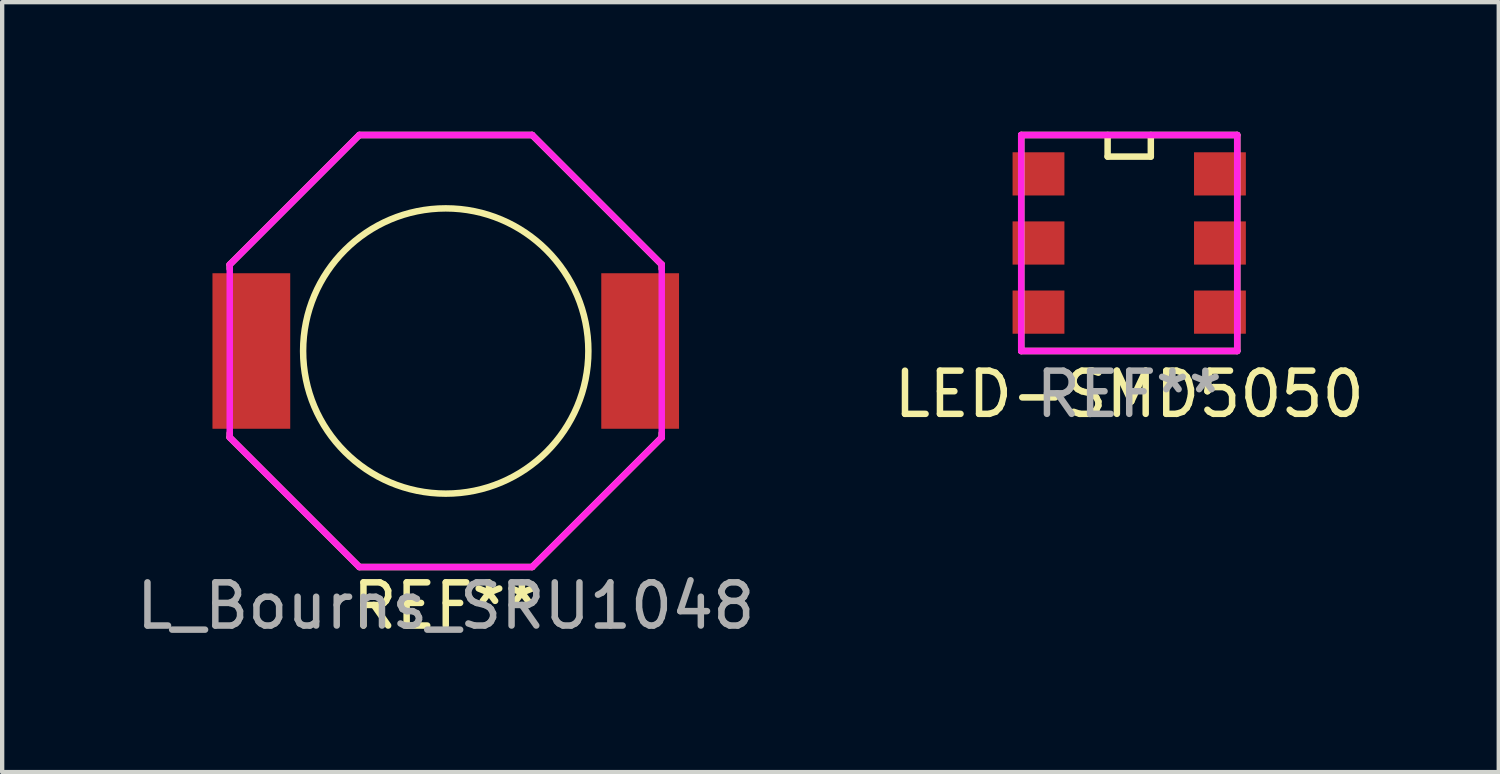
<source format=kicad_pcb>
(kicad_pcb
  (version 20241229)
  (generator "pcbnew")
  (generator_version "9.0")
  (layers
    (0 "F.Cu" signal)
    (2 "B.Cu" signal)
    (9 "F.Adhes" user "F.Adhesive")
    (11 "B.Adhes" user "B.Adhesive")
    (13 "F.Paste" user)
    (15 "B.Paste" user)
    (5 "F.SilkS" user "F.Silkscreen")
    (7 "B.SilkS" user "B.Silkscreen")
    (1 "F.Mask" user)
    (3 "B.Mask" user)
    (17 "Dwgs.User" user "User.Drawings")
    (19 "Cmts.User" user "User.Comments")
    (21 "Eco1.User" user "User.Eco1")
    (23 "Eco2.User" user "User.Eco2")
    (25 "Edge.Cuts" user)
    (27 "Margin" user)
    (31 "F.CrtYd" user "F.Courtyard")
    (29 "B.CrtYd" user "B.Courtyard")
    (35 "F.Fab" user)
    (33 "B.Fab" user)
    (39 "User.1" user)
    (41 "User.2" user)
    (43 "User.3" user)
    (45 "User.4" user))
  (footprint "LED-SMD5050"
    (layer "F.Cu")
    (at 23.089 2.575)
    (property "Reference" "LED-SMD5050" (at 0 3.5 0) (layer "F.SilkS") (effects (font (size 1 1) (thickness 0.15))))
    (attr smd)
    (fp_line (start -2.5 -2.5) (end 2.5 -2.5) (stroke (width 0.15) (type solid)) (layer "F.SilkS"))
    (fp_line (start -2.5 2.5) (end -2.5 -2.5) (stroke (width 0.15) (type solid)) (layer "F.SilkS"))
    (fp_line (start -0.5 -2.5) (end -0.5 -2) (stroke (width 0.15) (type solid)) (layer "F.SilkS"))
    (fp_line (start -0.5 -2) (end 0.5 -2) (stroke (width 0.15) (type solid)) (layer "F.SilkS"))
    (fp_line (start 0.5 -2) (end 0.5 -2.5) (stroke (width 0.15) (type solid)) (layer "F.SilkS"))
    (fp_line (start 2.5 -2.5) (end 2.5 2.5) (stroke (width 0.15) (type solid)) (layer "F.SilkS"))
    (fp_line (start 2.5 2.5) (end -2.5 2.5) (stroke (width 0.15) (type solid)) (layer "F.SilkS"))
    (fp_line (start -2.5 -2.5) (end 2.5 -2.5) (stroke (width 0.15) (type solid)) (layer "F.CrtYd"))
    (fp_line (start -2.5 2.5) (end -2.5 -2.5) (stroke (width 0.15) (type solid)) (layer "F.CrtYd"))
    (fp_line (start 2.5 -2.5) (end 2.5 2.5) (stroke (width 0.15) (type solid)) (layer "F.CrtYd"))
    (fp_line (start 2.5 2.5) (end -2.5 2.5) (stroke (width 0.15) (type solid)) (layer "F.CrtYd"))
    (fp_text user "REF**" (at 0 3.5 0) (layer "F.Fab") (effects (font (size 1 1) (thickness 0.15))))
    (pad "1" smd rect (at -2.1 -1.6) (size 1.2 1) (layers "F.Cu" "F.Mask" "F.Paste"))
    (pad "2" smd rect (at -2.1 0) (size 1.2 1) (layers "F.Cu" "F.Mask" "F.Paste"))
    (pad "3" smd rect (at -2.1 1.6) (size 1.2 1) (layers "F.Cu" "F.Mask" "F.Paste"))
    (pad "4" smd rect (at 2.1 1.6) (size 1.2 1) (layers "F.Cu" "F.Mask" "F.Paste"))
    (pad "5" smd rect (at 2.1 0) (size 1.2 1) (layers "F.Cu" "F.Mask" "F.Paste"))
    (pad "6" smd rect (at 2.1 -1.6) (size 1.2 1) (layers "F.Cu" "F.Mask" "F.Paste")))
  (footprint "L_Bourns_SRU1048"
    (layer "F.Cu")
    (at 7.268 5.075)
    (property "Reference" "L_Bourns_SRU1048" (at 0 5.9 0) (layer "F.Fab") (effects (font (size 1 1) (thickness 0.15))))
    (attr smd)
    (fp_line (start -5 -2) (end -5 -1.9) (stroke (width 0.15) (type solid)) (layer "F.SilkS"))
    (fp_line (start -5 2) (end -5 1.9) (stroke (width 0.15) (type solid)) (layer "F.SilkS"))
    (fp_line (start -2 -5) (end -5 -2) (stroke (width 0.15) (type solid)) (layer "F.SilkS"))
    (fp_line (start -2 5) (end -5 2) (stroke (width 0.15) (type solid)) (layer "F.SilkS"))
    (fp_line (start -2 5) (end 2 5) (stroke (width 0.15) (type solid)) (layer "F.SilkS"))
    (fp_line (start 2 -5) (end -2 -5) (stroke (width 0.15) (type solid)) (layer "F.SilkS"))
    (fp_line (start 2 -5) (end 5 -2) (stroke (width 0.15) (type solid)) (layer "F.SilkS"))
    (fp_line (start 5 -2) (end 5 -1.9) (stroke (width 0.15) (type solid)) (layer "F.SilkS"))
    (fp_line (start 5 2) (end 2 5) (stroke (width 0.15) (type solid)) (layer "F.SilkS"))
    (fp_line (start 5 2) (end 5 1.9) (stroke (width 0.15) (type solid)) (layer "F.SilkS"))
    (fp_circle (center 0 0) (end 3.3 0.1) (stroke (width 0.15) (type solid)) (fill no) (layer "F.SilkS"))
    (fp_line (start -5 -2) (end -2 -5) (stroke (width 0.15) (type solid)) (layer "F.CrtYd"))
    (fp_line (start -5 2) (end -5 -2) (stroke (width 0.15) (type solid)) (layer "F.CrtYd"))
    (fp_line (start -2 -5) (end 2 -5) (stroke (width 0.15) (type solid)) (layer "F.CrtYd"))
    (fp_line (start -2 5) (end -5 2) (stroke (width 0.15) (type solid)) (layer "F.CrtYd"))
    (fp_line (start 2 -5) (end 5 -2) (stroke (width 0.15) (type solid)) (layer "F.CrtYd"))
    (fp_line (start 2 5) (end -2 5) (stroke (width 0.15) (type solid)) (layer "F.CrtYd"))
    (fp_line (start 5 -2) (end 5 2) (stroke (width 0.15) (type solid)) (layer "F.CrtYd"))
    (fp_line (start 5 2) (end 2 5) (stroke (width 0.15) (type solid)) (layer "F.CrtYd"))
    (fp_text user "REF**" (at 0 5.9 0) (layer "F.SilkS") (effects (font (size 1 1) (thickness 0.15))))
    (pad "1" smd rect (at -4.5 0) (size 1.8 3.6) (layers "F.Cu" "F.Mask" "F.Paste"))
    (pad "2" smd rect (at 4.5 0) (size 1.8 3.6) (layers "F.Cu" "F.Mask" "F.Paste")))
  (gr_rect
    (start -3 -3)
    (end 31.643 14.823)
    (stroke (width 0.1) (type default))
    (fill no)
    (layer "Edge.Cuts")))
</source>
